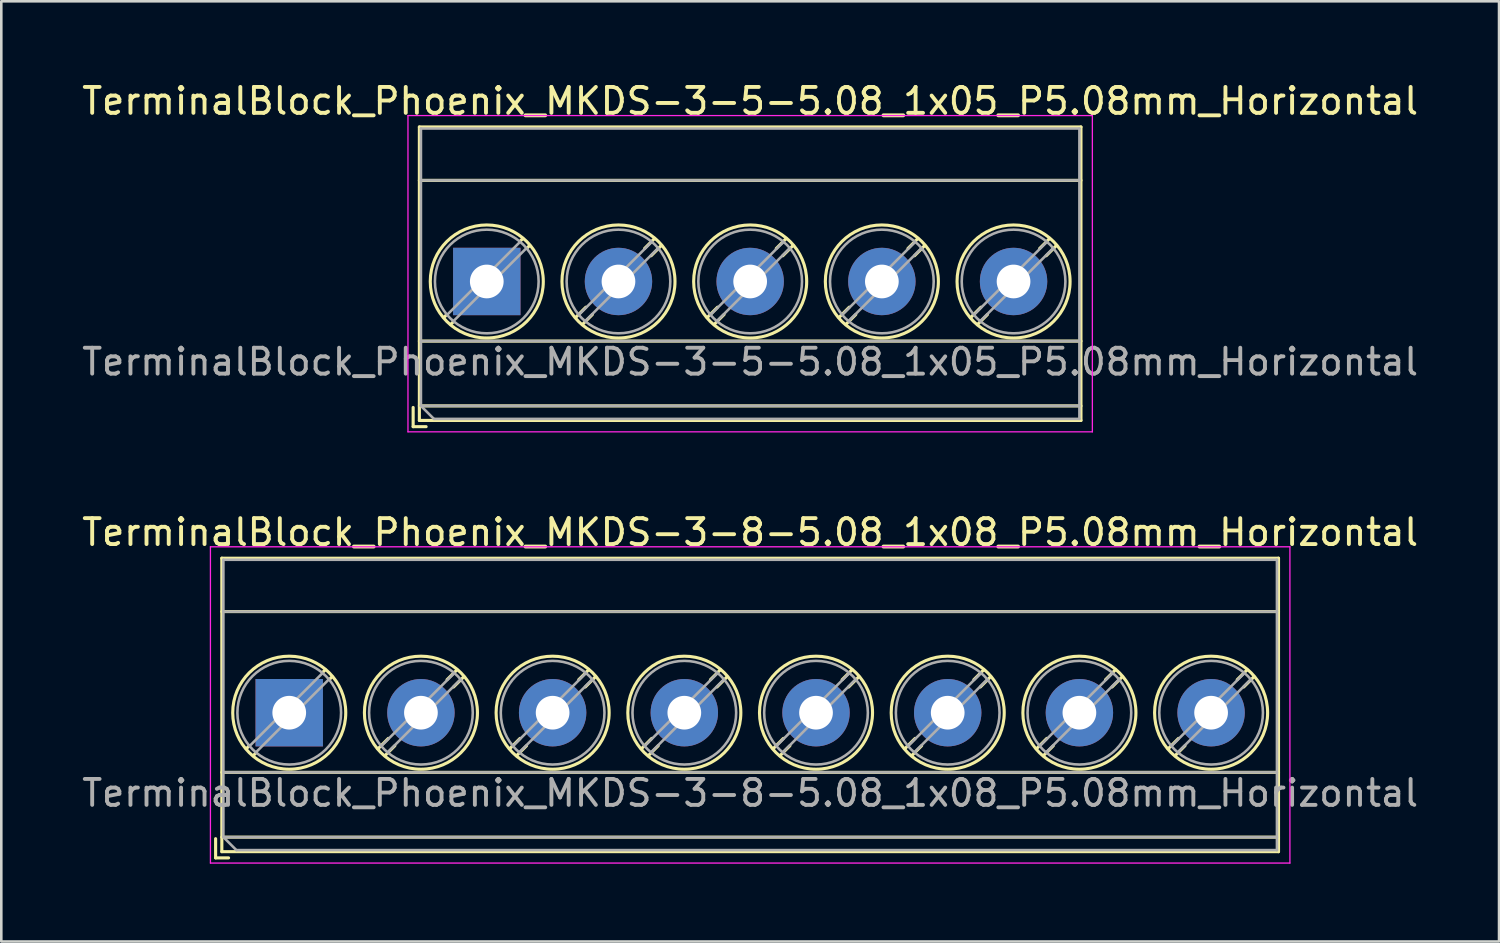
<source format=kicad_pcb>
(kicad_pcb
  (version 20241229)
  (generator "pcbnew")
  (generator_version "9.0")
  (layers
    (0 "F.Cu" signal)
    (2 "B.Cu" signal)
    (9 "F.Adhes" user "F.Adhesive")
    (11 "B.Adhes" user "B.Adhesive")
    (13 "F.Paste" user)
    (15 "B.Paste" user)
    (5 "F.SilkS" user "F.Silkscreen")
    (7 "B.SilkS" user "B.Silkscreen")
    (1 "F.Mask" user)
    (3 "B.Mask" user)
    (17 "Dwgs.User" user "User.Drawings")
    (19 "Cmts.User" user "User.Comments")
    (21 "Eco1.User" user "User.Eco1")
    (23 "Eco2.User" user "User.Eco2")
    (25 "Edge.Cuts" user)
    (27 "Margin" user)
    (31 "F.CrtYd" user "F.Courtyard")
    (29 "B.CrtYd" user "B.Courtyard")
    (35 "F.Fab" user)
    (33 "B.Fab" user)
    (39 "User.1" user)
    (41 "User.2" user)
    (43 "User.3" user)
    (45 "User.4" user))
  (footprint "TerminalBlock_Phoenix_MKDS-3-5-5.08_1x05_P5.08mm_Horizontal"
    (layer "F.Cu")
    (at 15.727 7.808)
    (property "Reference" "TerminalBlock_Phoenix_MKDS-3-5-5.08_1x05_P5.08mm_Horizontal" (at 10.16 -6.96 0) (layer "F.SilkS") (effects (font (size 1 1) (thickness 0.15))))
    (attr through_hole)
    (fp_line (start -2.84 4.86) (end -2.84 5.6) (stroke (width 0.12) (type solid)) (layer "F.SilkS"))
    (fp_line (start -2.84 5.6) (end -2.34 5.6) (stroke (width 0.12) (type solid)) (layer "F.SilkS"))
    (fp_line (start -2.6 -5.96) (end -2.6 5.36) (stroke (width 0.12) (type solid)) (layer "F.SilkS"))
    (fp_line (start -2.6 -5.96) (end 22.92 -5.96) (stroke (width 0.12) (type solid)) (layer "F.SilkS"))
    (fp_line (start -2.6 -3.9) (end 22.92 -3.9) (stroke (width 0.12) (type solid)) (layer "F.SilkS"))
    (fp_line (start -2.6 2.3) (end 22.92 2.3) (stroke (width 0.12) (type solid)) (layer "F.SilkS"))
    (fp_line (start -2.6 4.8) (end 22.92 4.8) (stroke (width 0.12) (type solid)) (layer "F.SilkS"))
    (fp_line (start -2.6 5.36) (end 22.92 5.36) (stroke (width 0.12) (type solid)) (layer "F.SilkS"))
    (fp_line (start -1.548 1.281) (end -1.654 1.388) (stroke (width 0.12) (type solid)) (layer "F.SilkS"))
    (fp_line (start -1.282 1.547) (end -1.388 1.654) (stroke (width 0.12) (type solid)) (layer "F.SilkS"))
    (fp_line (start 1.388 -1.654) (end 1.281 -1.547) (stroke (width 0.12) (type solid)) (layer "F.SilkS"))
    (fp_line (start 1.654 -1.388) (end 1.547 -1.281) (stroke (width 0.12) (type solid)) (layer "F.SilkS"))
    (fp_line (start 3.822 0.992) (end 3.427 1.388) (stroke (width 0.12) (type solid)) (layer "F.SilkS"))
    (fp_line (start 4.073 1.274) (end 3.693 1.654) (stroke (width 0.12) (type solid)) (layer "F.SilkS"))
    (fp_line (start 6.468 -1.654) (end 6.088 -1.274) (stroke (width 0.12) (type solid)) (layer "F.SilkS"))
    (fp_line (start 6.734 -1.388) (end 6.339 -0.992) (stroke (width 0.12) (type solid)) (layer "F.SilkS"))
    (fp_line (start 8.902 0.992) (end 8.507 1.388) (stroke (width 0.12) (type solid)) (layer "F.SilkS"))
    (fp_line (start 9.153 1.274) (end 8.773 1.654) (stroke (width 0.12) (type solid)) (layer "F.SilkS"))
    (fp_line (start 11.548 -1.654) (end 11.168 -1.274) (stroke (width 0.12) (type solid)) (layer "F.SilkS"))
    (fp_line (start 11.814 -1.388) (end 11.419 -0.992) (stroke (width 0.12) (type solid)) (layer "F.SilkS"))
    (fp_line (start 13.982 0.992) (end 13.587 1.388) (stroke (width 0.12) (type solid)) (layer "F.SilkS"))
    (fp_line (start 14.233 1.274) (end 13.853 1.654) (stroke (width 0.12) (type solid)) (layer "F.SilkS"))
    (fp_line (start 16.628 -1.654) (end 16.248 -1.274) (stroke (width 0.12) (type solid)) (layer "F.SilkS"))
    (fp_line (start 16.894 -1.388) (end 16.499 -0.992) (stroke (width 0.12) (type solid)) (layer "F.SilkS"))
    (fp_line (start 19.062 0.992) (end 18.667 1.388) (stroke (width 0.12) (type solid)) (layer "F.SilkS"))
    (fp_line (start 19.313 1.274) (end 18.933 1.654) (stroke (width 0.12) (type solid)) (layer "F.SilkS"))
    (fp_line (start 21.708 -1.654) (end 21.328 -1.274) (stroke (width 0.12) (type solid)) (layer "F.SilkS"))
    (fp_line (start 21.974 -1.388) (end 21.579 -0.992) (stroke (width 0.12) (type solid)) (layer "F.SilkS"))
    (fp_line (start 22.92 -5.96) (end 22.92 5.36) (stroke (width 0.12) (type solid)) (layer "F.SilkS"))
    (fp_circle (center 0 0) (end 2.18 0) (stroke (width 0.12) (type solid)) (fill no) (layer "F.SilkS"))
    (fp_circle (center 5.08 0) (end 7.26 0) (stroke (width 0.12) (type solid)) (fill no) (layer "F.SilkS"))
    (fp_circle (center 10.16 0) (end 12.34 0) (stroke (width 0.12) (type solid)) (fill no) (layer "F.SilkS"))
    (fp_circle (center 15.24 0) (end 17.42 0) (stroke (width 0.12) (type solid)) (fill no) (layer "F.SilkS"))
    (fp_circle (center 20.32 0) (end 22.5 0) (stroke (width 0.12) (type solid)) (fill no) (layer "F.SilkS"))
    (fp_line (start -3.04 -6.4) (end -3.04 5.8) (stroke (width 0.05) (type solid)) (layer "F.CrtYd"))
    (fp_line (start -3.04 5.8) (end 23.36 5.8) (stroke (width 0.05) (type solid)) (layer "F.CrtYd"))
    (fp_line (start 23.36 -6.4) (end -3.04 -6.4) (stroke (width 0.05) (type solid)) (layer "F.CrtYd"))
    (fp_line (start 23.36 5.8) (end 23.36 -6.4) (stroke (width 0.05) (type solid)) (layer "F.CrtYd"))
    (fp_line (start -2.54 -5.9) (end 22.86 -5.9) (stroke (width 0.1) (type solid)) (layer "F.Fab"))
    (fp_line (start -2.54 -3.9) (end 22.86 -3.9) (stroke (width 0.1) (type solid)) (layer "F.Fab"))
    (fp_line (start -2.54 2.3) (end 22.86 2.3) (stroke (width 0.1) (type solid)) (layer "F.Fab"))
    (fp_line (start -2.54 4.8) (end -2.54 -5.9) (stroke (width 0.1) (type solid)) (layer "F.Fab"))
    (fp_line (start -2.54 4.8) (end 22.86 4.8) (stroke (width 0.1) (type solid)) (layer "F.Fab"))
    (fp_line (start -2.04 5.3) (end -2.54 4.8) (stroke (width 0.1) (type solid)) (layer "F.Fab"))
    (fp_line (start 1.273 -1.517) (end -1.517 1.273) (stroke (width 0.1) (type solid)) (layer "F.Fab"))
    (fp_line (start 1.517 -1.273) (end -1.273 1.517) (stroke (width 0.1) (type solid)) (layer "F.Fab"))
    (fp_line (start 6.353 -1.517) (end 3.564 1.273) (stroke (width 0.1) (type solid)) (layer "F.Fab"))
    (fp_line (start 6.597 -1.273) (end 3.808 1.517) (stroke (width 0.1) (type solid)) (layer "F.Fab"))
    (fp_line (start 11.433 -1.517) (end 8.644 1.273) (stroke (width 0.1) (type solid)) (layer "F.Fab"))
    (fp_line (start 11.677 -1.273) (end 8.888 1.517) (stroke (width 0.1) (type solid)) (layer "F.Fab"))
    (fp_line (start 16.513 -1.517) (end 13.724 1.273) (stroke (width 0.1) (type solid)) (layer "F.Fab"))
    (fp_line (start 16.757 -1.273) (end 13.968 1.517) (stroke (width 0.1) (type solid)) (layer "F.Fab"))
    (fp_line (start 21.593 -1.517) (end 18.804 1.273) (stroke (width 0.1) (type solid)) (layer "F.Fab"))
    (fp_line (start 21.837 -1.273) (end 19.048 1.517) (stroke (width 0.1) (type solid)) (layer "F.Fab"))
    (fp_line (start 22.86 -5.9) (end 22.86 5.3) (stroke (width 0.1) (type solid)) (layer "F.Fab"))
    (fp_line (start 22.86 5.3) (end -2.04 5.3) (stroke (width 0.1) (type solid)) (layer "F.Fab"))
    (fp_circle (center 0 0) (end 2 0) (stroke (width 0.1) (type solid)) (fill no) (layer "F.Fab"))
    (fp_circle (center 5.08 0) (end 7.08 0) (stroke (width 0.1) (type solid)) (fill no) (layer "F.Fab"))
    (fp_circle (center 10.16 0) (end 12.16 0) (stroke (width 0.1) (type solid)) (fill no) (layer "F.Fab"))
    (fp_circle (center 15.24 0) (end 17.24 0) (stroke (width 0.1) (type solid)) (fill no) (layer "F.Fab"))
    (fp_circle (center 20.32 0) (end 22.32 0) (stroke (width 0.1) (type solid)) (fill no) (layer "F.Fab"))
    (fp_text user "${REFERENCE}" (at 10.16 3.1 0) (layer "F.Fab") (effects (font (size 1 1) (thickness 0.15))))
    (pad "1" thru_hole rect (at 0 0) (size 2.6 2.6) (drill 1.3) (layers "*.Cu" "*.Mask"))
    (pad "2" thru_hole circle (at 5.08 0) (size 2.6 2.6) (drill 1.3) (layers "*.Cu" "*.Mask"))
    (pad "3" thru_hole circle (at 10.16 0) (size 2.6 2.6) (drill 1.3) (layers "*.Cu" "*.Mask"))
    (pad "4" thru_hole circle (at 15.24 0) (size 2.6 2.6) (drill 1.3) (layers "*.Cu" "*.Mask"))
    (pad "5" thru_hole circle (at 20.32 0) (size 2.6 2.6) (drill 1.3) (layers "*.Cu" "*.Mask")))
  (footprint "TerminalBlock_Phoenix_MKDS-3-8-5.08_1x08_P5.08mm_Horizontal"
    (layer "F.Cu")
    (at 8.107 24.442)
    (property "Reference" "TerminalBlock_Phoenix_MKDS-3-8-5.08_1x08_P5.08mm_Horizontal" (at 17.78 -6.96 0) (layer "F.SilkS") (effects (font (size 1 1) (thickness 0.15))))
    (attr through_hole)
    (fp_line (start -2.84 4.86) (end -2.84 5.6) (stroke (width 0.12) (type solid)) (layer "F.SilkS"))
    (fp_line (start -2.84 5.6) (end -2.34 5.6) (stroke (width 0.12) (type solid)) (layer "F.SilkS"))
    (fp_line (start -2.6 -5.96) (end -2.6 5.36) (stroke (width 0.12) (type solid)) (layer "F.SilkS"))
    (fp_line (start -2.6 -5.96) (end 38.16 -5.96) (stroke (width 0.12) (type solid)) (layer "F.SilkS"))
    (fp_line (start -2.6 -3.9) (end 38.16 -3.9) (stroke (width 0.12) (type solid)) (layer "F.SilkS"))
    (fp_line (start -2.6 2.3) (end 38.16 2.3) (stroke (width 0.12) (type solid)) (layer "F.SilkS"))
    (fp_line (start -2.6 4.8) (end 38.16 4.8) (stroke (width 0.12) (type solid)) (layer "F.SilkS"))
    (fp_line (start -2.6 5.36) (end 38.16 5.36) (stroke (width 0.12) (type solid)) (layer "F.SilkS"))
    (fp_line (start -1.548 1.281) (end -1.654 1.388) (stroke (width 0.12) (type solid)) (layer "F.SilkS"))
    (fp_line (start -1.282 1.547) (end -1.388 1.654) (stroke (width 0.12) (type solid)) (layer "F.SilkS"))
    (fp_line (start 1.388 -1.654) (end 1.281 -1.547) (stroke (width 0.12) (type solid)) (layer "F.SilkS"))
    (fp_line (start 1.654 -1.388) (end 1.547 -1.281) (stroke (width 0.12) (type solid)) (layer "F.SilkS"))
    (fp_line (start 3.822 0.992) (end 3.427 1.388) (stroke (width 0.12) (type solid)) (layer "F.SilkS"))
    (fp_line (start 4.073 1.274) (end 3.693 1.654) (stroke (width 0.12) (type solid)) (layer "F.SilkS"))
    (fp_line (start 6.468 -1.654) (end 6.088 -1.274) (stroke (width 0.12) (type solid)) (layer "F.SilkS"))
    (fp_line (start 6.734 -1.388) (end 6.339 -0.992) (stroke (width 0.12) (type solid)) (layer "F.SilkS"))
    (fp_line (start 8.902 0.992) (end 8.507 1.388) (stroke (width 0.12) (type solid)) (layer "F.SilkS"))
    (fp_line (start 9.153 1.274) (end 8.773 1.654) (stroke (width 0.12) (type solid)) (layer "F.SilkS"))
    (fp_line (start 11.548 -1.654) (end 11.168 -1.274) (stroke (width 0.12) (type solid)) (layer "F.SilkS"))
    (fp_line (start 11.814 -1.388) (end 11.419 -0.992) (stroke (width 0.12) (type solid)) (layer "F.SilkS"))
    (fp_line (start 13.982 0.992) (end 13.587 1.388) (stroke (width 0.12) (type solid)) (layer "F.SilkS"))
    (fp_line (start 14.233 1.274) (end 13.853 1.654) (stroke (width 0.12) (type solid)) (layer "F.SilkS"))
    (fp_line (start 16.628 -1.654) (end 16.248 -1.274) (stroke (width 0.12) (type solid)) (layer "F.SilkS"))
    (fp_line (start 16.894 -1.388) (end 16.499 -0.992) (stroke (width 0.12) (type solid)) (layer "F.SilkS"))
    (fp_line (start 19.062 0.992) (end 18.667 1.388) (stroke (width 0.12) (type solid)) (layer "F.SilkS"))
    (fp_line (start 19.313 1.274) (end 18.933 1.654) (stroke (width 0.12) (type solid)) (layer "F.SilkS"))
    (fp_line (start 21.708 -1.654) (end 21.328 -1.274) (stroke (width 0.12) (type solid)) (layer "F.SilkS"))
    (fp_line (start 21.974 -1.388) (end 21.579 -0.992) (stroke (width 0.12) (type solid)) (layer "F.SilkS"))
    (fp_line (start 24.142 0.992) (end 23.747 1.388) (stroke (width 0.12) (type solid)) (layer "F.SilkS"))
    (fp_line (start 24.393 1.274) (end 24.013 1.654) (stroke (width 0.12) (type solid)) (layer "F.SilkS"))
    (fp_line (start 26.788 -1.654) (end 26.408 -1.274) (stroke (width 0.12) (type solid)) (layer "F.SilkS"))
    (fp_line (start 27.054 -1.388) (end 26.659 -0.992) (stroke (width 0.12) (type solid)) (layer "F.SilkS"))
    (fp_line (start 29.222 0.992) (end 28.827 1.388) (stroke (width 0.12) (type solid)) (layer "F.SilkS"))
    (fp_line (start 29.473 1.274) (end 29.093 1.654) (stroke (width 0.12) (type solid)) (layer "F.SilkS"))
    (fp_line (start 31.868 -1.654) (end 31.488 -1.274) (stroke (width 0.12) (type solid)) (layer "F.SilkS"))
    (fp_line (start 32.134 -1.388) (end 31.739 -0.992) (stroke (width 0.12) (type solid)) (layer "F.SilkS"))
    (fp_line (start 34.302 0.992) (end 33.907 1.388) (stroke (width 0.12) (type solid)) (layer "F.SilkS"))
    (fp_line (start 34.553 1.274) (end 34.173 1.654) (stroke (width 0.12) (type solid)) (layer "F.SilkS"))
    (fp_line (start 36.948 -1.654) (end 36.568 -1.274) (stroke (width 0.12) (type solid)) (layer "F.SilkS"))
    (fp_line (start 37.214 -1.388) (end 36.819 -0.992) (stroke (width 0.12) (type solid)) (layer "F.SilkS"))
    (fp_line (start 38.16 -5.96) (end 38.16 5.36) (stroke (width 0.12) (type solid)) (layer "F.SilkS"))
    (fp_circle (center 0 0) (end 2.18 0) (stroke (width 0.12) (type solid)) (fill no) (layer "F.SilkS"))
    (fp_circle (center 5.08 0) (end 7.26 0) (stroke (width 0.12) (type solid)) (fill no) (layer "F.SilkS"))
    (fp_circle (center 10.16 0) (end 12.34 0) (stroke (width 0.12) (type solid)) (fill no) (layer "F.SilkS"))
    (fp_circle (center 15.24 0) (end 17.42 0) (stroke (width 0.12) (type solid)) (fill no) (layer "F.SilkS"))
    (fp_circle (center 20.32 0) (end 22.5 0) (stroke (width 0.12) (type solid)) (fill no) (layer "F.SilkS"))
    (fp_circle (center 25.4 0) (end 27.58 0) (stroke (width 0.12) (type solid)) (fill no) (layer "F.SilkS"))
    (fp_circle (center 30.48 0) (end 32.66 0) (stroke (width 0.12) (type solid)) (fill no) (layer "F.SilkS"))
    (fp_circle (center 35.56 0) (end 37.74 0) (stroke (width 0.12) (type solid)) (fill no) (layer "F.SilkS"))
    (fp_line (start -3.04 -6.4) (end -3.04 5.8) (stroke (width 0.05) (type solid)) (layer "F.CrtYd"))
    (fp_line (start -3.04 5.8) (end 38.6 5.8) (stroke (width 0.05) (type solid)) (layer "F.CrtYd"))
    (fp_line (start 38.6 -6.4) (end -3.04 -6.4) (stroke (width 0.05) (type solid)) (layer "F.CrtYd"))
    (fp_line (start 38.6 5.8) (end 38.6 -6.4) (stroke (width 0.05) (type solid)) (layer "F.CrtYd"))
    (fp_line (start -2.54 -5.9) (end 38.1 -5.9) (stroke (width 0.1) (type solid)) (layer "F.Fab"))
    (fp_line (start -2.54 -3.9) (end 38.1 -3.9) (stroke (width 0.1) (type solid)) (layer "F.Fab"))
    (fp_line (start -2.54 2.3) (end 38.1 2.3) (stroke (width 0.1) (type solid)) (layer "F.Fab"))
    (fp_line (start -2.54 4.8) (end -2.54 -5.9) (stroke (width 0.1) (type solid)) (layer "F.Fab"))
    (fp_line (start -2.54 4.8) (end 38.1 4.8) (stroke (width 0.1) (type solid)) (layer "F.Fab"))
    (fp_line (start -2.04 5.3) (end -2.54 4.8) (stroke (width 0.1) (type solid)) (layer "F.Fab"))
    (fp_line (start 1.273 -1.517) (end -1.517 1.273) (stroke (width 0.1) (type solid)) (layer "F.Fab"))
    (fp_line (start 1.517 -1.273) (end -1.273 1.517) (stroke (width 0.1) (type solid)) (layer "F.Fab"))
    (fp_line (start 6.353 -1.517) (end 3.564 1.273) (stroke (width 0.1) (type solid)) (layer "F.Fab"))
    (fp_line (start 6.597 -1.273) (end 3.808 1.517) (stroke (width 0.1) (type solid)) (layer "F.Fab"))
    (fp_line (start 11.433 -1.517) (end 8.644 1.273) (stroke (width 0.1) (type solid)) (layer "F.Fab"))
    (fp_line (start 11.677 -1.273) (end 8.888 1.517) (stroke (width 0.1) (type solid)) (layer "F.Fab"))
    (fp_line (start 16.513 -1.517) (end 13.724 1.273) (stroke (width 0.1) (type solid)) (layer "F.Fab"))
    (fp_line (start 16.757 -1.273) (end 13.968 1.517) (stroke (width 0.1) (type solid)) (layer "F.Fab"))
    (fp_line (start 21.593 -1.517) (end 18.804 1.273) (stroke (width 0.1) (type solid)) (layer "F.Fab"))
    (fp_line (start 21.837 -1.273) (end 19.048 1.517) (stroke (width 0.1) (type solid)) (layer "F.Fab"))
    (fp_line (start 26.673 -1.517) (end 23.884 1.273) (stroke (width 0.1) (type solid)) (layer "F.Fab"))
    (fp_line (start 26.917 -1.273) (end 24.128 1.517) (stroke (width 0.1) (type solid)) (layer "F.Fab"))
    (fp_line (start 31.753 -1.517) (end 28.964 1.273) (stroke (width 0.1) (type solid)) (layer "F.Fab"))
    (fp_line (start 31.997 -1.273) (end 29.208 1.517) (stroke (width 0.1) (type solid)) (layer "F.Fab"))
    (fp_line (start 36.833 -1.517) (end 34.044 1.273) (stroke (width 0.1) (type solid)) (layer "F.Fab"))
    (fp_line (start 37.077 -1.273) (end 34.288 1.517) (stroke (width 0.1) (type solid)) (layer "F.Fab"))
    (fp_line (start 38.1 -5.9) (end 38.1 5.3) (stroke (width 0.1) (type solid)) (layer "F.Fab"))
    (fp_line (start 38.1 5.3) (end -2.04 5.3) (stroke (width 0.1) (type solid)) (layer "F.Fab"))
    (fp_circle (center 0 0) (end 2 0) (stroke (width 0.1) (type solid)) (fill no) (layer "F.Fab"))
    (fp_circle (center 5.08 0) (end 7.08 0) (stroke (width 0.1) (type solid)) (fill no) (layer "F.Fab"))
    (fp_circle (center 10.16 0) (end 12.16 0) (stroke (width 0.1) (type solid)) (fill no) (layer "F.Fab"))
    (fp_circle (center 15.24 0) (end 17.24 0) (stroke (width 0.1) (type solid)) (fill no) (layer "F.Fab"))
    (fp_circle (center 20.32 0) (end 22.32 0) (stroke (width 0.1) (type solid)) (fill no) (layer "F.Fab"))
    (fp_circle (center 25.4 0) (end 27.4 0) (stroke (width 0.1) (type solid)) (fill no) (layer "F.Fab"))
    (fp_circle (center 30.48 0) (end 32.48 0) (stroke (width 0.1) (type solid)) (fill no) (layer "F.Fab"))
    (fp_circle (center 35.56 0) (end 37.56 0) (stroke (width 0.1) (type solid)) (fill no) (layer "F.Fab"))
    (fp_text user "${REFERENCE}" (at 17.78 3.1 0) (layer "F.Fab") (effects (font (size 1 1) (thickness 0.15))))
    (pad "1" thru_hole rect (at 0 0) (size 2.6 2.6) (drill 1.3) (layers "*.Cu" "*.Mask"))
    (pad "2" thru_hole circle (at 5.08 0) (size 2.6 2.6) (drill 1.3) (layers "*.Cu" "*.Mask"))
    (pad "3" thru_hole circle (at 10.16 0) (size 2.6 2.6) (drill 1.3) (layers "*.Cu" "*.Mask"))
    (pad "4" thru_hole circle (at 15.24 0) (size 2.6 2.6) (drill 1.3) (layers "*.Cu" "*.Mask"))
    (pad "5" thru_hole circle (at 20.32 0) (size 2.6 2.6) (drill 1.3) (layers "*.Cu" "*.Mask"))
    (pad "6" thru_hole circle (at 25.4 0) (size 2.6 2.6) (drill 1.3) (layers "*.Cu" "*.Mask"))
    (pad "7" thru_hole circle (at 30.48 0) (size 2.6 2.6) (drill 1.3) (layers "*.Cu" "*.Mask"))
    (pad "8" thru_hole circle (at 35.56 0) (size 2.6 2.6) (drill 1.3) (layers "*.Cu" "*.Mask")))
  (gr_rect
    (start -3 -3)
    (end 54.774 33.267)
    (stroke (width 0.1) (type default))
    (fill no)
    (layer "Edge.Cuts")))
</source>
